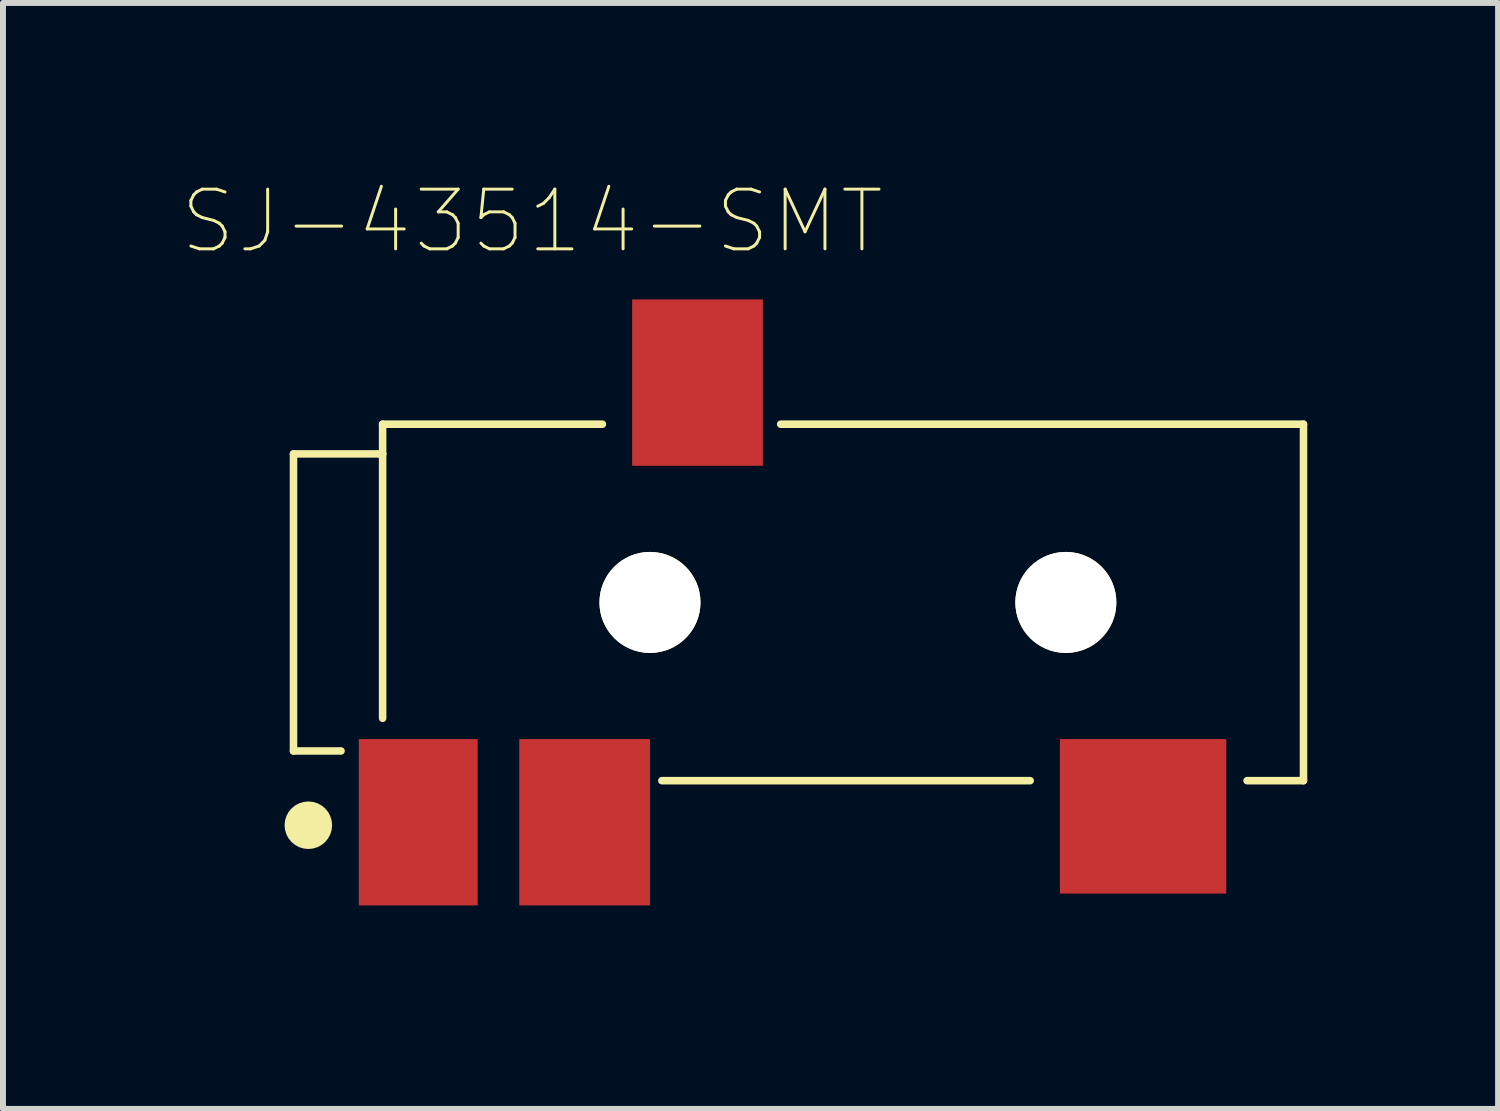
<source format=kicad_pcb>
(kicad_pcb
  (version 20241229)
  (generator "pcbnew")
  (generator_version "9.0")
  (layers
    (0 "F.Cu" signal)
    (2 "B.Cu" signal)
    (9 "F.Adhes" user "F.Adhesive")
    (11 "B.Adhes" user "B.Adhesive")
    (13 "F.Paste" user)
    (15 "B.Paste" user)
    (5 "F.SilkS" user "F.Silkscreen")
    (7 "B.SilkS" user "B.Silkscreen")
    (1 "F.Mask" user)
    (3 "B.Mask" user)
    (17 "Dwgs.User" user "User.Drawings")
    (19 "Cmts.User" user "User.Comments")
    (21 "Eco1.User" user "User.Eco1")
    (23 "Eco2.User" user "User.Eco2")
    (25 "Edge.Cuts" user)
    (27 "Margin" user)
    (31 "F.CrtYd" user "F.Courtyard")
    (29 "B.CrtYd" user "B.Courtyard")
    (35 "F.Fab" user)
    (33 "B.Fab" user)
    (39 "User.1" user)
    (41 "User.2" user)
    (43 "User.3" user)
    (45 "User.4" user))
  (footprint "SJ-43514-SMT"
    (layer "F.Cu")
    (at 11.14 7.09)
    (property "Reference" "SJ-43514-SMT" (at -5.234 -6.414 0) (layer "F.SilkS") (effects (font (size 1.005 1.005) (thickness 0.05))))
    (attr smd)
    (fp_line (start -9.25 -2.5) (end -9.25 2.5) (stroke (width 0.127) (type solid)) (layer "F.SilkS"))
    (fp_line (start -9.25 2.5) (end -8.45 2.5) (stroke (width 0.127) (type solid)) (layer "F.SilkS"))
    (fp_line (start -7.75 -3) (end -7.75 -2.5) (stroke (width 0.127) (type solid)) (layer "F.SilkS"))
    (fp_line (start -7.75 -2.5) (end -9.25 -2.5) (stroke (width 0.127) (type solid)) (layer "F.SilkS"))
    (fp_line (start -7.75 -2.5) (end -7.75 1.95) (stroke (width 0.127) (type solid)) (layer "F.SilkS"))
    (fp_line (start -4.05 -3) (end -7.75 -3) (stroke (width 0.127) (type solid)) (layer "F.SilkS"))
    (fp_line (start -3.05 3) (end 3.15 3) (stroke (width 0.127) (type solid)) (layer "F.SilkS"))
    (fp_line (start 6.8 3) (end 7.75 3) (stroke (width 0.127) (type solid)) (layer "F.SilkS"))
    (fp_line (start 7.75 -3) (end -1.05 -3) (stroke (width 0.127) (type solid)) (layer "F.SilkS"))
    (fp_line (start 7.75 -3) (end 7.75 3) (stroke (width 0.127) (type solid)) (layer "F.SilkS"))
    (fp_circle (center -9 3.75) (end -8.8 3.75) (stroke (width 0.4) (type solid)) (fill no) (layer "F.SilkS"))
    (fp_line (start -9.5 -2.75) (end -8 -2.75) (stroke (width 0.05) (type solid)) (layer "Eco1.User"))
    (fp_line (start -9.5 2.75) (end -9.5 -2.75) (stroke (width 0.05) (type solid)) (layer "Eco1.User"))
    (fp_line (start -8.5 2.75) (end -9.5 2.75) (stroke (width 0.05) (type solid)) (layer "Eco1.User"))
    (fp_line (start -8.5 5.5) (end -8.5 2.75) (stroke (width 0.05) (type solid)) (layer "Eco1.User"))
    (fp_line (start -8 -3.25) (end -3.8 -3.25) (stroke (width 0.05) (type solid)) (layer "Eco1.User"))
    (fp_line (start -8 -2.75) (end -8 -3.25) (stroke (width 0.05) (type solid)) (layer "Eco1.User"))
    (fp_line (start -3.8 -5.35) (end -1.1 -5.35) (stroke (width 0.05) (type solid)) (layer "Eco1.User"))
    (fp_line (start -3.8 -3.25) (end -3.8 -5.35) (stroke (width 0.05) (type solid)) (layer "Eco1.User"))
    (fp_line (start -3 3.25) (end -3 5.5) (stroke (width 0.05) (type solid)) (layer "Eco1.User"))
    (fp_line (start -3 5.5) (end -8.5 5.5) (stroke (width 0.05) (type solid)) (layer "Eco1.User"))
    (fp_line (start -1.1 -5.35) (end -1.1 -3.25) (stroke (width 0.05) (type solid)) (layer "Eco1.User"))
    (fp_line (start -1.1 -3.25) (end 8 -3.25) (stroke (width 0.05) (type solid)) (layer "Eco1.User"))
    (fp_line (start 3.25 3.25) (end -3 3.25) (stroke (width 0.05) (type solid)) (layer "Eco1.User"))
    (fp_line (start 3.25 5.5) (end 3.25 3.25) (stroke (width 0.05) (type solid)) (layer "Eco1.User"))
    (fp_line (start 6.75 3.25) (end 6.75 5.5) (stroke (width 0.05) (type solid)) (layer "Eco1.User"))
    (fp_line (start 6.75 5.5) (end 3.25 5.5) (stroke (width 0.05) (type solid)) (layer "Eco1.User"))
    (fp_line (start 8 -3.25) (end 8 3.25) (stroke (width 0.05) (type solid)) (layer "Eco1.User"))
    (fp_line (start 8 3.25) (end 6.75 3.25) (stroke (width 0.05) (type solid)) (layer "Eco1.User"))
    (fp_line (start -9.25 -2.5) (end -9.25 2.5) (stroke (width 0.127) (type solid)) (layer "Eco2.User"))
    (fp_line (start -9.25 2.5) (end -7.75 2.5) (stroke (width 0.127) (type solid)) (layer "Eco2.User"))
    (fp_line (start -7.75 -3) (end -7.75 -2.5) (stroke (width 0.127) (type solid)) (layer "Eco2.User"))
    (fp_line (start -7.75 -2.5) (end -9.25 -2.5) (stroke (width 0.127) (type solid)) (layer "Eco2.User"))
    (fp_line (start -7.75 -2.5) (end -7.75 2.5) (stroke (width 0.127) (type solid)) (layer "Eco2.User"))
    (fp_line (start -7.75 2.5) (end -7.75 3) (stroke (width 0.127) (type solid)) (layer "Eco2.User"))
    (fp_line (start -7.75 3) (end 7.75 3) (stroke (width 0.127) (type solid)) (layer "Eco2.User"))
    (fp_line (start 7.75 -3) (end -7.75 -3) (stroke (width 0.127) (type solid)) (layer "Eco2.User"))
    (fp_line (start 7.75 3) (end 7.75 -3) (stroke (width 0.127) (type solid)) (layer "Eco2.User"))
    (pad "" np_thru_hole circle (at -3.25 0) (size 1.7 1.7) (drill 1.7) (layers "*.Cu" "*.Mask" "F.SilkS"))
    (pad "" np_thru_hole circle (at 3.75 0) (size 1.7 1.7) (drill 1.7) (layers "*.Cu" "*.Mask" "F.SilkS"))
    (pad "R1" smd rect (at -4.35 3.7 180) (size 2.2 2.8) (layers "F.Cu" "F.Mask" "F.Paste"))
    (pad "R2" smd rect (at -2.45 -3.7 180) (size 2.2 2.8) (layers "F.Cu" "F.Mask" "F.Paste"))
    (pad "S" smd rect (at -7.15 3.7 180) (size 2 2.8) (layers "F.Cu" "F.Mask" "F.Paste"))
    (pad "T" smd rect (at 5.05 3.6 180) (size 2.8 2.6) (layers "F.Cu" "F.Mask" "F.Paste")))
  (gr_rect
    (start -3 -3)
    (end 22.165 15.615)
    (stroke (width 0.1) (type default))
    (fill no)
    (layer "Edge.Cuts")))
</source>
